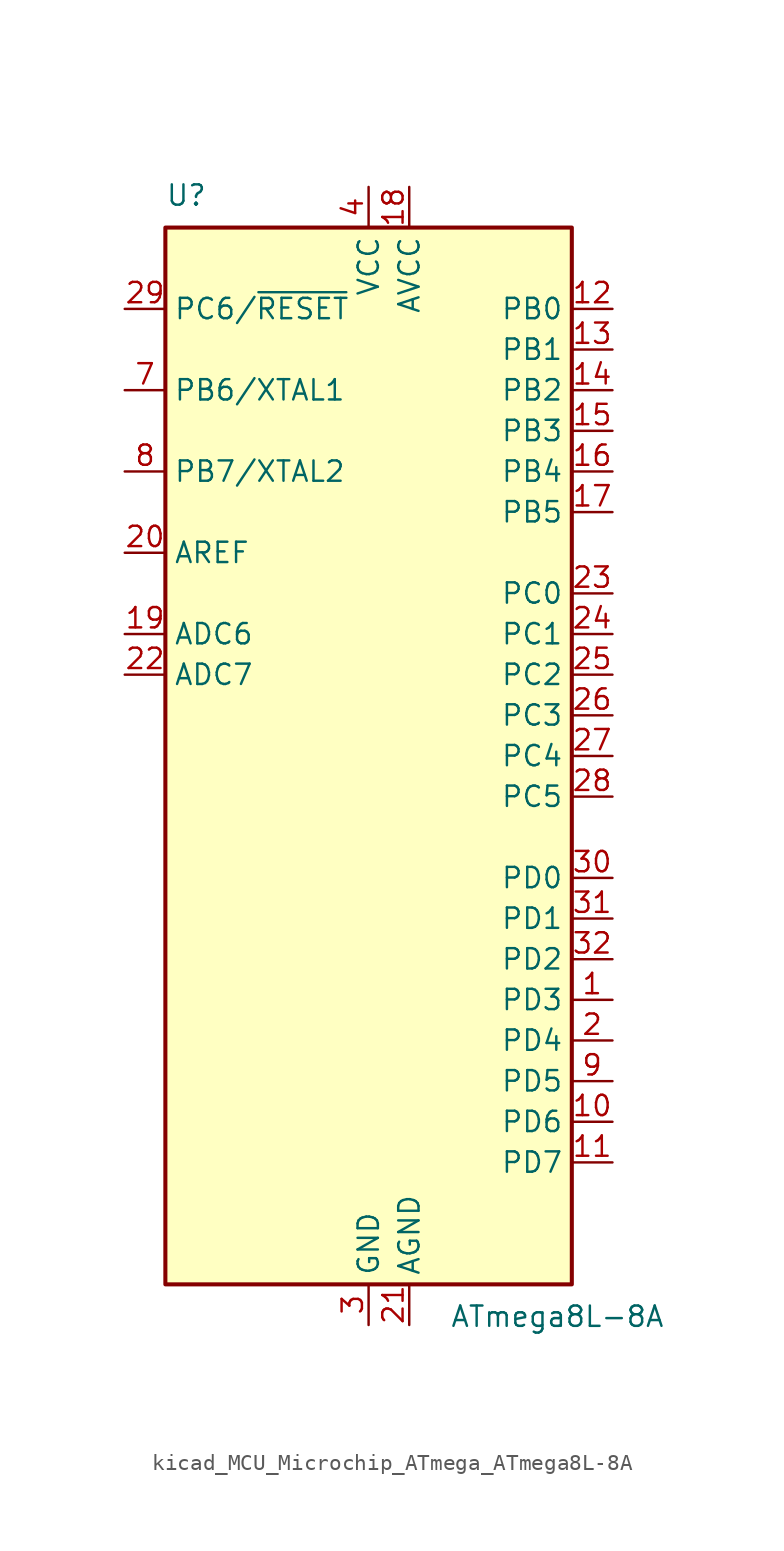
<source format=kicad_sym>
(kicad_symbol_lib
  (version 20220914)
  (generator kicad_symbol_editor)
  (symbol "kicad_MCU_Microchip_ATmega_ATmega8L-8A"
    (property "Reference" "U"
      (at -12.7 34.29 0)
      (effects (font (size 1.27 1.27)) (justify left bottom)))
    (property "Value" "ATmega8L-8A"
      (at 5.08 -34.29 0)
      (effects (font (size 1.27 1.27)) (justify left top)))
    (symbol "kicad_MCU_Microchip_ATmega_ATmega8L-8A_0_1"
      (rectangle (start -12.7 -33.02) (end 12.7 33.02) (stroke (width 0.254) (type default)) (fill (type background))))
    (symbol "kicad_MCU_Microchip_ATmega_ATmega8L-8A_1_1"
      (pin bidirectional line (at 15.24 -15.24 180) (length 2.54) (name "PD3" (effects (font (size 1.27 1.27)))) (number "1" (effects (font (size 1.27 1.27)))))
      (pin bidirectional line (at 15.24 -22.86 180) (length 2.54) (name "PD6" (effects (font (size 1.27 1.27)))) (number "10" (effects (font (size 1.27 1.27)))))
      (pin bidirectional line (at 15.24 -25.4 180) (length 2.54) (name "PD7" (effects (font (size 1.27 1.27)))) (number "11" (effects (font (size 1.27 1.27)))))
      (pin bidirectional line (at 15.24 27.94 180) (length 2.54) (name "PB0" (effects (font (size 1.27 1.27)))) (number "12" (effects (font (size 1.27 1.27)))))
      (pin bidirectional line (at 15.24 25.4 180) (length 2.54) (name "PB1" (effects (font (size 1.27 1.27)))) (number "13" (effects (font (size 1.27 1.27)))))
      (pin bidirectional line (at 15.24 22.86 180) (length 2.54) (name "PB2" (effects (font (size 1.27 1.27)))) (number "14" (effects (font (size 1.27 1.27)))))
      (pin bidirectional line (at 15.24 20.32 180) (length 2.54) (name "PB3" (effects (font (size 1.27 1.27)))) (number "15" (effects (font (size 1.27 1.27)))))
      (pin bidirectional line (at 15.24 17.78 180) (length 2.54) (name "PB4" (effects (font (size 1.27 1.27)))) (number "16" (effects (font (size 1.27 1.27)))))
      (pin bidirectional line (at 15.24 15.24 180) (length 2.54) (name "PB5" (effects (font (size 1.27 1.27)))) (number "17" (effects (font (size 1.27 1.27)))))
      (pin power_in line (at 2.54 35.56 270) (length 2.54) (name "AVCC" (effects (font (size 1.27 1.27)))) (number "18" (effects (font (size 1.27 1.27)))))
      (pin input line (at -15.24 7.62 0) (length 2.54) (name "ADC6" (effects (font (size 1.27 1.27)))) (number "19" (effects (font (size 1.27 1.27)))))
      (pin bidirectional line (at 15.24 -17.78 180) (length 2.54) (name "PD4" (effects (font (size 1.27 1.27)))) (number "2" (effects (font (size 1.27 1.27)))))
      (pin passive line (at -15.24 12.7 0) (length 2.54) (name "AREF" (effects (font (size 1.27 1.27)))) (number "20" (effects (font (size 1.27 1.27)))))
      (pin power_in line (at 2.54 -35.56 90) (length 2.54) (name "AGND" (effects (font (size 1.27 1.27)))) (number "21" (effects (font (size 1.27 1.27)))))
      (pin input line (at -15.24 5.08 0) (length 2.54) (name "ADC7" (effects (font (size 1.27 1.27)))) (number "22" (effects (font (size 1.27 1.27)))))
      (pin bidirectional line (at 15.24 10.16 180) (length 2.54) (name "PC0" (effects (font (size 1.27 1.27)))) (number "23" (effects (font (size 1.27 1.27)))))
      (pin bidirectional line (at 15.24 7.62 180) (length 2.54) (name "PC1" (effects (font (size 1.27 1.27)))) (number "24" (effects (font (size 1.27 1.27)))))
      (pin bidirectional line (at 15.24 5.08 180) (length 2.54) (name "PC2" (effects (font (size 1.27 1.27)))) (number "25" (effects (font (size 1.27 1.27)))))
      (pin bidirectional line (at 15.24 2.54 180) (length 2.54) (name "PC3" (effects (font (size 1.27 1.27)))) (number "26" (effects (font (size 1.27 1.27)))))
      (pin bidirectional line (at 15.24 0 180) (length 2.54) (name "PC4" (effects (font (size 1.27 1.27)))) (number "27" (effects (font (size 1.27 1.27)))))
      (pin bidirectional line (at 15.24 -2.54 180) (length 2.54) (name "PC5" (effects (font (size 1.27 1.27)))) (number "28" (effects (font (size 1.27 1.27)))))
      (pin bidirectional line (at -15.24 27.94 0) (length 2.54) (name "PC6/~{RESET}" (effects (font (size 1.27 1.27)))) (number "29" (effects (font (size 1.27 1.27)))))
      (pin power_in line (at 0 -35.56 90) (length 2.54) (name "GND" (effects (font (size 1.27 1.27)))) (number "3" (effects (font (size 1.27 1.27)))))
      (pin bidirectional line (at 15.24 -7.62 180) (length 2.54) (name "PD0" (effects (font (size 1.27 1.27)))) (number "30" (effects (font (size 1.27 1.27)))))
      (pin bidirectional line (at 15.24 -10.16 180) (length 2.54) (name "PD1" (effects (font (size 1.27 1.27)))) (number "31" (effects (font (size 1.27 1.27)))))
      (pin bidirectional line (at 15.24 -12.7 180) (length 2.54) (name "PD2" (effects (font (size 1.27 1.27)))) (number "32" (effects (font (size 1.27 1.27)))))
      (pin power_in line (at 0 35.56 270) (length 2.54) (name "VCC" (effects (font (size 1.27 1.27)))) (number "4" (effects (font (size 1.27 1.27)))))
      (pin passive line (at 0 -35.56 90) (length 2.54) hide (name "GND" (effects (font (size 1.27 1.27)))) (number "5" (effects (font (size 1.27 1.27)))))
      (pin passive line (at 0 35.56 270) (length 2.54) hide (name "VCC" (effects (font (size 1.27 1.27)))) (number "6" (effects (font (size 1.27 1.27)))))
      (pin bidirectional line (at -15.24 22.86 0) (length 2.54) (name "PB6/XTAL1" (effects (font (size 1.27 1.27)))) (number "7" (effects (font (size 1.27 1.27)))))
      (pin bidirectional line (at -15.24 17.78 0) (length 2.54) (name "PB7/XTAL2" (effects (font (size 1.27 1.27)))) (number "8" (effects (font (size 1.27 1.27)))))
      (pin bidirectional line (at 15.24 -20.32 180) (length 2.54) (name "PD5" (effects (font (size 1.27 1.27)))) (number "9" (effects (font (size 1.27 1.27))))))))
</source>
